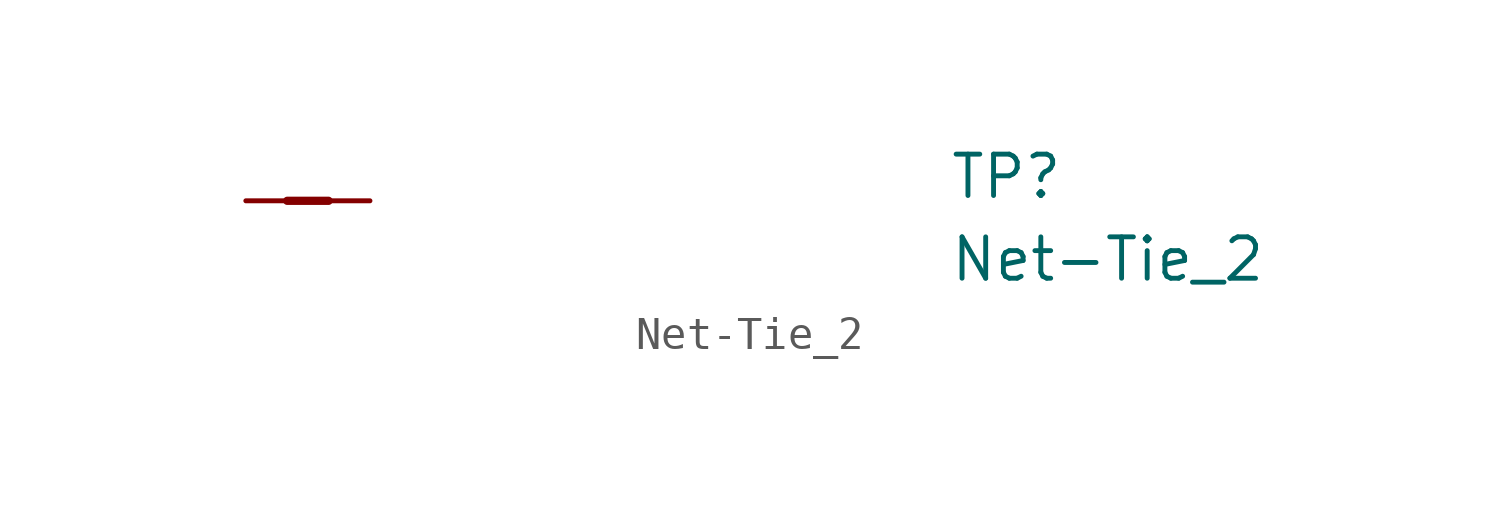
<source format=kicad_sym>
(kicad_symbol_lib
  (version 20220914)
  (generator kicad_symbol_editor)
  (symbol "Net-Tie_2"
    (pin_numbers hide)
    (pin_names hide)
    (property "Reference" "TP"
      (at 21.59 0 0)
      (effects (font (size 1.27 1.27) (thickness 0.15)) (justify left bottom)))
    (property "Value" "Net-Tie_2"
      (at 21.59 -2.54 0)
      (effects (font (size 1.27 1.27) (thickness 0.15)) (justify left bottom)))
    (symbol "Net-Tie_2_1_1"
      (polyline (pts (xy 1.27 0) (xy 2.54 0)) (stroke (width 0.254) (type default)) (fill (type background)))
      (pin passive line (at 0 0 0) (length 1.27) (name "1" (effects (font (size 1.27 1.27)))) (number "1" (effects (font (size 1.27 1.27)))))
      (pin passive line (at 3.81 0 180) (length 1.27) (name "2" (effects (font (size 1.27 1.27)))) (number "2" (effects (font (size 1.27 1.27))))))))
</source>
